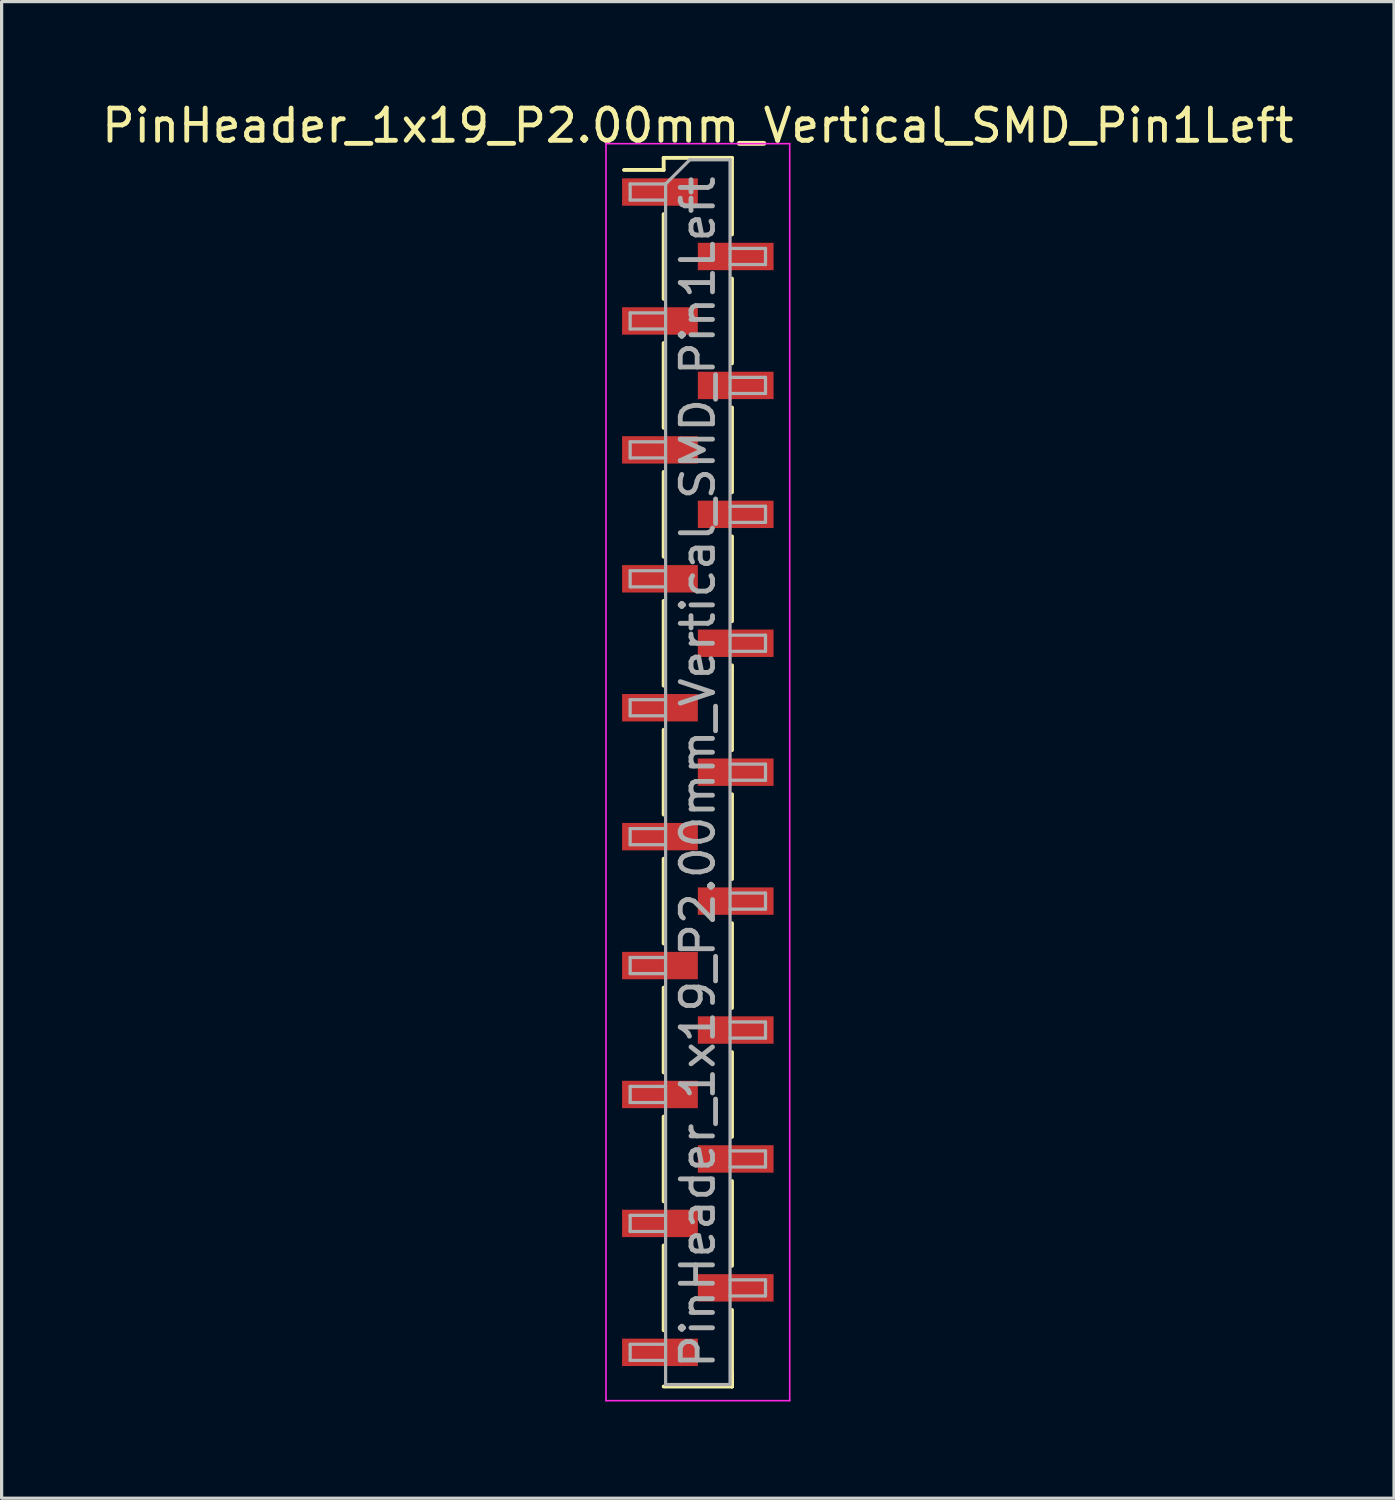
<source format=kicad_pcb>
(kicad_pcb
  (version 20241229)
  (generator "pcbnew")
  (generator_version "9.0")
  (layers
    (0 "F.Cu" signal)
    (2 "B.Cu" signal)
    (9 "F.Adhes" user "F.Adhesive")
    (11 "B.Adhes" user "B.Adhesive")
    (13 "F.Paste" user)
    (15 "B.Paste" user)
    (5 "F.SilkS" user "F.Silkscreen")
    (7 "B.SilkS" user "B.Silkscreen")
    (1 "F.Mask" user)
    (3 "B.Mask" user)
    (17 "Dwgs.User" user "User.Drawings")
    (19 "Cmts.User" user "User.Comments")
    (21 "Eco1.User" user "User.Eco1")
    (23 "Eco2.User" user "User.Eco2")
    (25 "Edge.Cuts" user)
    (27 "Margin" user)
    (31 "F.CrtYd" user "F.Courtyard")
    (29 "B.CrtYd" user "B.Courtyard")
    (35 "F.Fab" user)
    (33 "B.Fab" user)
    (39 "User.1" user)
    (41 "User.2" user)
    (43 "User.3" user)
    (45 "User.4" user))
  (footprint "PinHeader_1x19_P2.00mm_Vertical_SMD_Pin1Left"
    (layer "F.Cu")
    (at 18.601 20.908)
    (property "Reference" "PinHeader_1x19_P2.00mm_Vertical_SMD_Pin1Left" (at 0 -20.06 0) (layer "F.SilkS") (effects (font (size 1 1) (thickness 0.15))))
    (attr smd)
    (fp_line (start -1.06 -19.06) (end -1.06 -18.685) (stroke (width 0.12) (type solid)) (layer "F.SilkS"))
    (fp_line (start -1.06 -19.06) (end 1.06 -19.06) (stroke (width 0.12) (type solid)) (layer "F.SilkS"))
    (fp_line (start -1.06 -18.685) (end -2.29 -18.685) (stroke (width 0.12) (type solid)) (layer "F.SilkS"))
    (fp_line (start -1.06 -17.315) (end -1.06 -14.685) (stroke (width 0.12) (type solid)) (layer "F.SilkS"))
    (fp_line (start -1.06 -13.315) (end -1.06 -10.685) (stroke (width 0.12) (type solid)) (layer "F.SilkS"))
    (fp_line (start -1.06 -9.315) (end -1.06 -6.685) (stroke (width 0.12) (type solid)) (layer "F.SilkS"))
    (fp_line (start -1.06 -5.315) (end -1.06 -2.685) (stroke (width 0.12) (type solid)) (layer "F.SilkS"))
    (fp_line (start -1.06 -1.315) (end -1.06 1.315) (stroke (width 0.12) (type solid)) (layer "F.SilkS"))
    (fp_line (start -1.06 2.685) (end -1.06 5.315) (stroke (width 0.12) (type solid)) (layer "F.SilkS"))
    (fp_line (start -1.06 6.685) (end -1.06 9.315) (stroke (width 0.12) (type solid)) (layer "F.SilkS"))
    (fp_line (start -1.06 10.685) (end -1.06 13.315) (stroke (width 0.12) (type solid)) (layer "F.SilkS"))
    (fp_line (start -1.06 14.685) (end -1.06 17.315) (stroke (width 0.12) (type solid)) (layer "F.SilkS"))
    (fp_line (start -1.06 19.06) (end 1.06 19.06) (stroke (width 0.12) (type solid)) (layer "F.SilkS"))
    (fp_line (start 1.06 -19.06) (end 1.06 -16.685) (stroke (width 0.12) (type solid)) (layer "F.SilkS"))
    (fp_line (start 1.06 -15.315) (end 1.06 -12.685) (stroke (width 0.12) (type solid)) (layer "F.SilkS"))
    (fp_line (start 1.06 -11.315) (end 1.06 -8.685) (stroke (width 0.12) (type solid)) (layer "F.SilkS"))
    (fp_line (start 1.06 -7.315) (end 1.06 -4.685) (stroke (width 0.12) (type solid)) (layer "F.SilkS"))
    (fp_line (start 1.06 -3.315) (end 1.06 -0.685) (stroke (width 0.12) (type solid)) (layer "F.SilkS"))
    (fp_line (start 1.06 0.685) (end 1.06 3.315) (stroke (width 0.12) (type solid)) (layer "F.SilkS"))
    (fp_line (start 1.06 4.685) (end 1.06 7.315) (stroke (width 0.12) (type solid)) (layer "F.SilkS"))
    (fp_line (start 1.06 8.685) (end 1.06 11.315) (stroke (width 0.12) (type solid)) (layer "F.SilkS"))
    (fp_line (start 1.06 12.685) (end 1.06 15.315) (stroke (width 0.12) (type solid)) (layer "F.SilkS"))
    (fp_line (start 1.06 16.685) (end 1.06 19.06) (stroke (width 0.12) (type solid)) (layer "F.SilkS"))
    (fp_line (start 1.06 18.685) (end 1.06 19.06) (stroke (width 0.12) (type solid)) (layer "F.SilkS"))
    (fp_line (start -2.85 -19.5) (end -2.85 19.5) (stroke (width 0.05) (type solid)) (layer "F.CrtYd"))
    (fp_line (start -2.85 19.5) (end 2.85 19.5) (stroke (width 0.05) (type solid)) (layer "F.CrtYd"))
    (fp_line (start 2.85 -19.5) (end -2.85 -19.5) (stroke (width 0.05) (type solid)) (layer "F.CrtYd"))
    (fp_line (start 2.85 19.5) (end 2.85 -19.5) (stroke (width 0.05) (type solid)) (layer "F.CrtYd"))
    (fp_line (start -2.1 -18.25) (end -2.1 -17.75) (stroke (width 0.1) (type solid)) (layer "F.Fab"))
    (fp_line (start -2.1 -17.75) (end -1 -17.75) (stroke (width 0.1) (type solid)) (layer "F.Fab"))
    (fp_line (start -2.1 -14.25) (end -2.1 -13.75) (stroke (width 0.1) (type solid)) (layer "F.Fab"))
    (fp_line (start -2.1 -13.75) (end -1 -13.75) (stroke (width 0.1) (type solid)) (layer "F.Fab"))
    (fp_line (start -2.1 -10.25) (end -2.1 -9.75) (stroke (width 0.1) (type solid)) (layer "F.Fab"))
    (fp_line (start -2.1 -9.75) (end -1 -9.75) (stroke (width 0.1) (type solid)) (layer "F.Fab"))
    (fp_line (start -2.1 -6.25) (end -2.1 -5.75) (stroke (width 0.1) (type solid)) (layer "F.Fab"))
    (fp_line (start -2.1 -5.75) (end -1 -5.75) (stroke (width 0.1) (type solid)) (layer "F.Fab"))
    (fp_line (start -2.1 -2.25) (end -2.1 -1.75) (stroke (width 0.1) (type solid)) (layer "F.Fab"))
    (fp_line (start -2.1 -1.75) (end -1 -1.75) (stroke (width 0.1) (type solid)) (layer "F.Fab"))
    (fp_line (start -2.1 1.75) (end -2.1 2.25) (stroke (width 0.1) (type solid)) (layer "F.Fab"))
    (fp_line (start -2.1 2.25) (end -1 2.25) (stroke (width 0.1) (type solid)) (layer "F.Fab"))
    (fp_line (start -2.1 5.75) (end -2.1 6.25) (stroke (width 0.1) (type solid)) (layer "F.Fab"))
    (fp_line (start -2.1 6.25) (end -1 6.25) (stroke (width 0.1) (type solid)) (layer "F.Fab"))
    (fp_line (start -2.1 9.75) (end -2.1 10.25) (stroke (width 0.1) (type solid)) (layer "F.Fab"))
    (fp_line (start -2.1 10.25) (end -1 10.25) (stroke (width 0.1) (type solid)) (layer "F.Fab"))
    (fp_line (start -2.1 13.75) (end -2.1 14.25) (stroke (width 0.1) (type solid)) (layer "F.Fab"))
    (fp_line (start -2.1 14.25) (end -1 14.25) (stroke (width 0.1) (type solid)) (layer "F.Fab"))
    (fp_line (start -2.1 17.75) (end -2.1 18.25) (stroke (width 0.1) (type solid)) (layer "F.Fab"))
    (fp_line (start -2.1 18.25) (end -1 18.25) (stroke (width 0.1) (type solid)) (layer "F.Fab"))
    (fp_line (start -1 -18.25) (end -2.1 -18.25) (stroke (width 0.1) (type solid)) (layer "F.Fab"))
    (fp_line (start -1 -18.25) (end -0.25 -19) (stroke (width 0.1) (type solid)) (layer "F.Fab"))
    (fp_line (start -1 -14.25) (end -2.1 -14.25) (stroke (width 0.1) (type solid)) (layer "F.Fab"))
    (fp_line (start -1 -10.25) (end -2.1 -10.25) (stroke (width 0.1) (type solid)) (layer "F.Fab"))
    (fp_line (start -1 -6.25) (end -2.1 -6.25) (stroke (width 0.1) (type solid)) (layer "F.Fab"))
    (fp_line (start -1 -2.25) (end -2.1 -2.25) (stroke (width 0.1) (type solid)) (layer "F.Fab"))
    (fp_line (start -1 1.75) (end -2.1 1.75) (stroke (width 0.1) (type solid)) (layer "F.Fab"))
    (fp_line (start -1 5.75) (end -2.1 5.75) (stroke (width 0.1) (type solid)) (layer "F.Fab"))
    (fp_line (start -1 9.75) (end -2.1 9.75) (stroke (width 0.1) (type solid)) (layer "F.Fab"))
    (fp_line (start -1 13.75) (end -2.1 13.75) (stroke (width 0.1) (type solid)) (layer "F.Fab"))
    (fp_line (start -1 17.75) (end -2.1 17.75) (stroke (width 0.1) (type solid)) (layer "F.Fab"))
    (fp_line (start -1 19) (end -1 -18.25) (stroke (width 0.1) (type solid)) (layer "F.Fab"))
    (fp_line (start -0.25 -19) (end 1 -19) (stroke (width 0.1) (type solid)) (layer "F.Fab"))
    (fp_line (start 1 -19) (end 1 19) (stroke (width 0.1) (type solid)) (layer "F.Fab"))
    (fp_line (start 1 -16.25) (end 2.1 -16.25) (stroke (width 0.1) (type solid)) (layer "F.Fab"))
    (fp_line (start 1 -12.25) (end 2.1 -12.25) (stroke (width 0.1) (type solid)) (layer "F.Fab"))
    (fp_line (start 1 -8.25) (end 2.1 -8.25) (stroke (width 0.1) (type solid)) (layer "F.Fab"))
    (fp_line (start 1 -4.25) (end 2.1 -4.25) (stroke (width 0.1) (type solid)) (layer "F.Fab"))
    (fp_line (start 1 -0.25) (end 2.1 -0.25) (stroke (width 0.1) (type solid)) (layer "F.Fab"))
    (fp_line (start 1 3.75) (end 2.1 3.75) (stroke (width 0.1) (type solid)) (layer "F.Fab"))
    (fp_line (start 1 7.75) (end 2.1 7.75) (stroke (width 0.1) (type solid)) (layer "F.Fab"))
    (fp_line (start 1 11.75) (end 2.1 11.75) (stroke (width 0.1) (type solid)) (layer "F.Fab"))
    (fp_line (start 1 15.75) (end 2.1 15.75) (stroke (width 0.1) (type solid)) (layer "F.Fab"))
    (fp_line (start 1 19) (end -1 19) (stroke (width 0.1) (type solid)) (layer "F.Fab"))
    (fp_line (start 2.1 -16.25) (end 2.1 -15.75) (stroke (width 0.1) (type solid)) (layer "F.Fab"))
    (fp_line (start 2.1 -15.75) (end 1 -15.75) (stroke (width 0.1) (type solid)) (layer "F.Fab"))
    (fp_line (start 2.1 -12.25) (end 2.1 -11.75) (stroke (width 0.1) (type solid)) (layer "F.Fab"))
    (fp_line (start 2.1 -11.75) (end 1 -11.75) (stroke (width 0.1) (type solid)) (layer "F.Fab"))
    (fp_line (start 2.1 -8.25) (end 2.1 -7.75) (stroke (width 0.1) (type solid)) (layer "F.Fab"))
    (fp_line (start 2.1 -7.75) (end 1 -7.75) (stroke (width 0.1) (type solid)) (layer "F.Fab"))
    (fp_line (start 2.1 -4.25) (end 2.1 -3.75) (stroke (width 0.1) (type solid)) (layer "F.Fab"))
    (fp_line (start 2.1 -3.75) (end 1 -3.75) (stroke (width 0.1) (type solid)) (layer "F.Fab"))
    (fp_line (start 2.1 -0.25) (end 2.1 0.25) (stroke (width 0.1) (type solid)) (layer "F.Fab"))
    (fp_line (start 2.1 0.25) (end 1 0.25) (stroke (width 0.1) (type solid)) (layer "F.Fab"))
    (fp_line (start 2.1 3.75) (end 2.1 4.25) (stroke (width 0.1) (type solid)) (layer "F.Fab"))
    (fp_line (start 2.1 4.25) (end 1 4.25) (stroke (width 0.1) (type solid)) (layer "F.Fab"))
    (fp_line (start 2.1 7.75) (end 2.1 8.25) (stroke (width 0.1) (type solid)) (layer "F.Fab"))
    (fp_line (start 2.1 8.25) (end 1 8.25) (stroke (width 0.1) (type solid)) (layer "F.Fab"))
    (fp_line (start 2.1 11.75) (end 2.1 12.25) (stroke (width 0.1) (type solid)) (layer "F.Fab"))
    (fp_line (start 2.1 12.25) (end 1 12.25) (stroke (width 0.1) (type solid)) (layer "F.Fab"))
    (fp_line (start 2.1 15.75) (end 2.1 16.25) (stroke (width 0.1) (type solid)) (layer "F.Fab"))
    (fp_line (start 2.1 16.25) (end 1 16.25) (stroke (width 0.1) (type solid)) (layer "F.Fab"))
    (fp_text user "${REFERENCE}" (at 0 0 90) (layer "F.Fab") (effects (font (size 1 1) (thickness 0.15))))
    (pad "1" smd rect (at -1.175 -18) (size 2.35 0.85) (layers "F.Cu" "F.Mask" "F.Paste"))
    (pad "2" smd rect (at 1.175 -16) (size 2.35 0.85) (layers "F.Cu" "F.Mask" "F.Paste"))
    (pad "3" smd rect (at -1.175 -14) (size 2.35 0.85) (layers "F.Cu" "F.Mask" "F.Paste"))
    (pad "4" smd rect (at 1.175 -12) (size 2.35 0.85) (layers "F.Cu" "F.Mask" "F.Paste"))
    (pad "5" smd rect (at -1.175 -10) (size 2.35 0.85) (layers "F.Cu" "F.Mask" "F.Paste"))
    (pad "6" smd rect (at 1.175 -8) (size 2.35 0.85) (layers "F.Cu" "F.Mask" "F.Paste"))
    (pad "7" smd rect (at -1.175 -6) (size 2.35 0.85) (layers "F.Cu" "F.Mask" "F.Paste"))
    (pad "8" smd rect (at 1.175 -4) (size 2.35 0.85) (layers "F.Cu" "F.Mask" "F.Paste"))
    (pad "9" smd rect (at -1.175 -2) (size 2.35 0.85) (layers "F.Cu" "F.Mask" "F.Paste"))
    (pad "10" smd rect (at 1.175 0) (size 2.35 0.85) (layers "F.Cu" "F.Mask" "F.Paste"))
    (pad "11" smd rect (at -1.175 2) (size 2.35 0.85) (layers "F.Cu" "F.Mask" "F.Paste"))
    (pad "12" smd rect (at 1.175 4) (size 2.35 0.85) (layers "F.Cu" "F.Mask" "F.Paste"))
    (pad "13" smd rect (at -1.175 6) (size 2.35 0.85) (layers "F.Cu" "F.Mask" "F.Paste"))
    (pad "14" smd rect (at 1.175 8) (size 2.35 0.85) (layers "F.Cu" "F.Mask" "F.Paste"))
    (pad "15" smd rect (at -1.175 10) (size 2.35 0.85) (layers "F.Cu" "F.Mask" "F.Paste"))
    (pad "16" smd rect (at 1.175 12) (size 2.35 0.85) (layers "F.Cu" "F.Mask" "F.Paste"))
    (pad "17" smd rect (at -1.175 14) (size 2.35 0.85) (layers "F.Cu" "F.Mask" "F.Paste"))
    (pad "18" smd rect (at 1.175 16) (size 2.35 0.85) (layers "F.Cu" "F.Mask" "F.Paste"))
    (pad "19" smd rect (at -1.175 18) (size 2.35 0.85) (layers "F.Cu" "F.Mask" "F.Paste")))
  (gr_rect
    (start -3 -3)
    (end 40.202 43.433)
    (stroke (width 0.1) (type default))
    (fill no)
    (layer "Edge.Cuts")))
</source>
